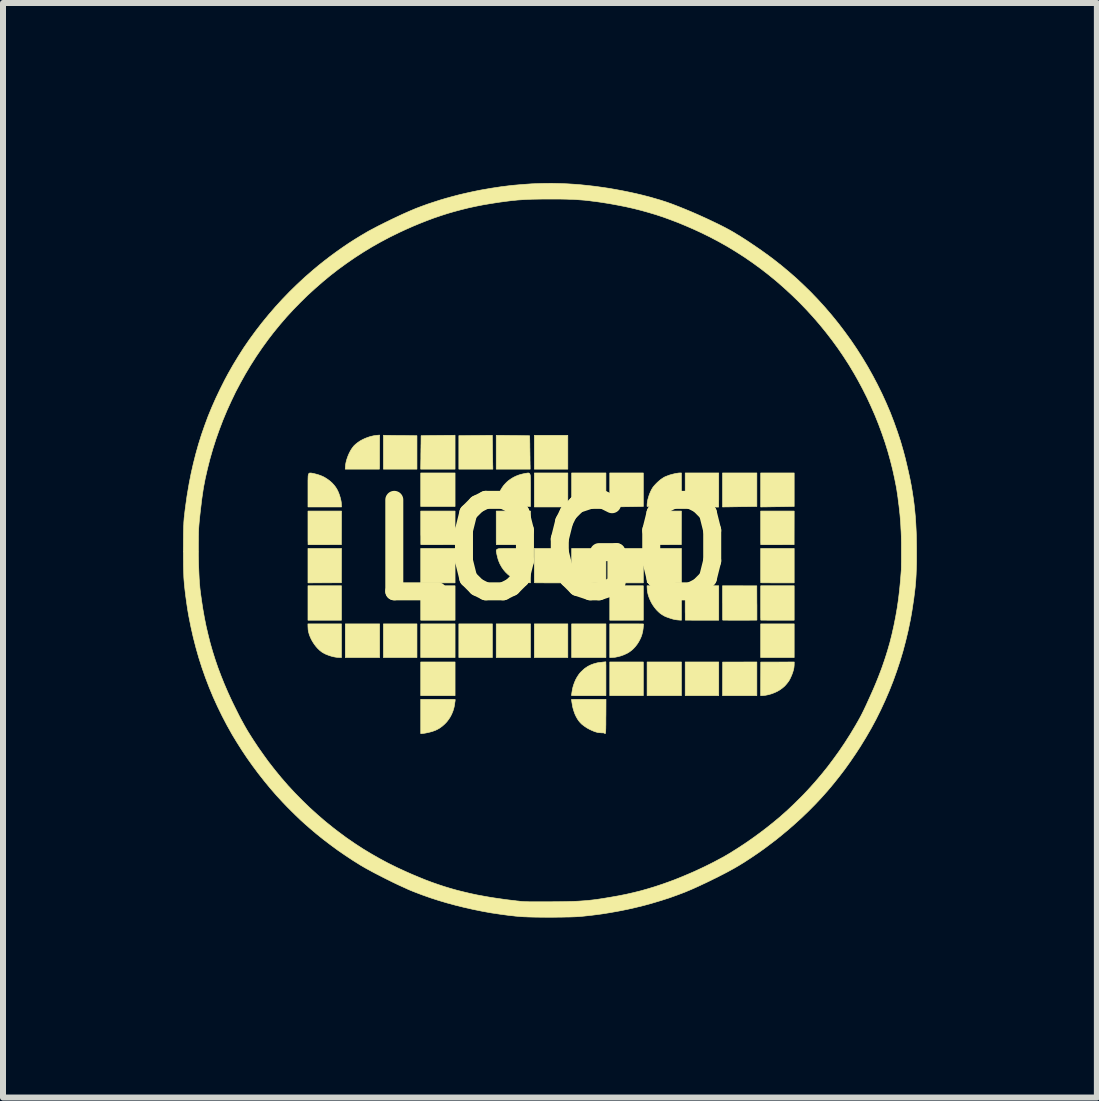
<source format=kicad_pcb>
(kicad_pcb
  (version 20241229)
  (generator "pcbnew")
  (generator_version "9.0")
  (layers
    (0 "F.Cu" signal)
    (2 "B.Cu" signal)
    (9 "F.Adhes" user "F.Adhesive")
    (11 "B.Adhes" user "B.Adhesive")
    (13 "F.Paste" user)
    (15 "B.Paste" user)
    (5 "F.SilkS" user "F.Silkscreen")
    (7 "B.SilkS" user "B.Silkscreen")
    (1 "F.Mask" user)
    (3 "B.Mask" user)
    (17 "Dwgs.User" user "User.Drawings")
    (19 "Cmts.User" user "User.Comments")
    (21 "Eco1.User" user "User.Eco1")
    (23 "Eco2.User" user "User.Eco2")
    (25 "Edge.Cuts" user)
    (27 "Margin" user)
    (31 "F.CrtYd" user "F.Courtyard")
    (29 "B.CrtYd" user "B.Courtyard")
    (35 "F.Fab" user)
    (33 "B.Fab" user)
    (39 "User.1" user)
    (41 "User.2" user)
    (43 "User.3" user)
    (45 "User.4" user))
  (footprint "LOGO"
    (layer "F.Cu")
    (at 6.133 6.114)
    (property "Reference" "LOGO" (at 0 0 0) (layer "F.SilkS") (effects (font (size 1.524 1.524) (thickness 0.3))))
    (attr through_hole)
    (fp_poly (pts (xy -3.493 1.171) (xy -4.051 1.171) (xy -4.051 0.597) (xy -3.493 0.597) (xy -3.493 1.171)) (stroke (width 0.01) (type solid)) (fill yes) (layer "F.SilkS"))
    (fp_poly (pts (xy -2.857 1.793) (xy -3.429 1.793) (xy -3.429 1.232) (xy -2.857 1.232) (xy -2.857 1.793)) (stroke (width 0.01) (type solid)) (fill yes) (layer "F.SilkS"))
    (fp_poly (pts (xy -2.235 1.793) (xy -2.794 1.793) (xy -2.794 1.232) (xy -2.235 1.232) (xy -2.235 1.793)) (stroke (width 0.01) (type solid)) (fill yes) (layer "F.SilkS"))
    (fp_poly (pts (xy -1.6 -0.724) (xy -2.172 -0.724) (xy -2.172 -1.283) (xy -1.6 -1.283) (xy -1.6 -0.724)) (stroke (width 0.01) (type solid)) (fill yes) (layer "F.SilkS"))
    (fp_poly (pts (xy -1.6 0.549) (xy -2.172 0.549) (xy -2.172 -0.025) (xy -1.6 -0.025) (xy -1.6 0.549)) (stroke (width 0.01) (type solid)) (fill yes) (layer "F.SilkS"))
    (fp_poly (pts (xy -1.6 1.171) (xy -2.172 1.171) (xy -2.172 0.597) (xy -1.6 0.597) (xy -1.6 1.171)) (stroke (width 0.01) (type solid)) (fill yes) (layer "F.SilkS"))
    (fp_poly (pts (xy -1.6 1.793) (xy -2.172 1.793) (xy -2.172 1.232) (xy -1.6 1.232) (xy -1.6 1.793)) (stroke (width 0.01) (type solid)) (fill yes) (layer "F.SilkS"))
    (fp_poly (pts (xy -1.6 2.428) (xy -2.172 2.428) (xy -2.172 1.867) (xy -1.6 1.867) (xy -1.6 2.428)) (stroke (width 0.01) (type solid)) (fill yes) (layer "F.SilkS"))
    (fp_poly (pts (xy -0.978 1.793) (xy -1.537 1.793) (xy -1.537 1.232) (xy -0.978 1.232) (xy -0.978 1.793)) (stroke (width 0.01) (type solid)) (fill yes) (layer "F.SilkS"))
    (fp_poly (pts (xy -0.343 1.793) (xy -0.914 1.793) (xy -0.914 1.232) (xy -0.343 1.232) (xy -0.343 1.793)) (stroke (width 0.01) (type solid)) (fill yes) (layer "F.SilkS"))
    (fp_poly (pts (xy 0.279 -1.346) (xy -0.279 -1.346) (xy -0.279 -1.91) (xy 0.279 -1.91) (xy 0.279 -1.346)) (stroke (width 0.01) (type solid)) (fill yes) (layer "F.SilkS"))
    (fp_poly (pts (xy 0.279 -0.716) (xy -0.279 -0.716) (xy -0.279 -1.283) (xy 0.279 -1.283) (xy 0.279 -0.716)) (stroke (width 0.01) (type solid)) (fill yes) (layer "F.SilkS"))
    (fp_poly (pts (xy 0.279 1.793) (xy -0.279 1.793) (xy -0.279 1.232) (xy 0.279 1.232) (xy 0.279 1.793)) (stroke (width 0.01) (type solid)) (fill yes) (layer "F.SilkS"))
    (fp_poly (pts (xy 0.914 1.793) (xy 0.343 1.793) (xy 0.343 1.232) (xy 0.914 1.232) (xy 0.914 1.793)) (stroke (width 0.01) (type solid)) (fill yes) (layer "F.SilkS"))
    (fp_poly (pts (xy 1.537 1.171) (xy 0.978 1.171) (xy 0.978 0.597) (xy 1.537 0.597) (xy 1.537 1.171)) (stroke (width 0.01) (type solid)) (fill yes) (layer "F.SilkS"))
    (fp_poly (pts (xy 1.537 2.428) (xy 0.978 2.428) (xy 0.978 1.867) (xy 1.537 1.867) (xy 1.537 2.428)) (stroke (width 0.01) (type solid)) (fill yes) (layer "F.SilkS"))
    (fp_poly (pts (xy 2.172 2.428) (xy 1.6 2.428) (xy 1.6 1.867) (xy 2.172 1.867) (xy 2.172 2.428)) (stroke (width 0.01) (type solid)) (fill yes) (layer "F.SilkS"))
    (fp_poly (pts (xy 2.794 2.428) (xy 2.235 2.428) (xy 2.235 1.867) (xy 2.794 1.867) (xy 2.794 2.428)) (stroke (width 0.01) (type solid)) (fill yes) (layer "F.SilkS"))
    (fp_poly (pts (xy 4.051 1.793) (xy 3.493 1.793) (xy 3.493 1.232) (xy 4.051 1.232) (xy 4.051 1.793)) (stroke (width 0.01) (type solid)) (fill yes) (layer "F.SilkS"))
    (fp_poly (pts (xy -3.493 0.261) (xy -3.494 0.547) (xy -4.051 0.549) (xy -4.051 -0.025) (xy -3.492 -0.025) (xy -3.493 0.261)) (stroke (width 0.01) (type solid)) (fill yes) (layer "F.SilkS"))
    (fp_poly (pts (xy 3.429 2.428) (xy 2.857 2.428) (xy 2.858 2.148) (xy 2.859 1.868) (xy 3.429 1.867) (xy 3.429 2.428)) (stroke (width 0.01) (type solid)) (fill yes) (layer "F.SilkS"))
    (fp_poly (pts (xy -2.652 -1.909) (xy -2.62 -1.909) (xy -2.584 -1.908) (xy -2.545 -1.908) (xy -2.506 -1.907) (xy -2.466 -1.907) (xy -2.429 -1.907) (xy -2.394 -1.906) (xy -2.373 -1.906) (xy -2.235 -1.904) (xy -2.235 -1.346) (xy -2.794 -1.346) (xy -2.794 -1.911) (xy -2.652 -1.909)) (stroke (width 0.01) (type solid)) (fill yes) (layer "F.SilkS"))
    (fp_poly (pts (xy -1.6 -1.346) (xy -2.173 -1.346) (xy -2.171 -1.489) (xy -2.17 -1.522) (xy -2.17 -1.558) (xy -2.17 -1.596) (xy -2.169 -1.635) (xy -2.169 -1.674) (xy -2.168 -1.711) (xy -2.168 -1.745) (xy -2.167 -1.768) (xy -2.166 -1.904) (xy -2.088 -1.906) (xy -2.073 -1.906) (xy -2.053 -1.906) (xy -2.029 -1.907) (xy -2.002 -1.907) (xy -1.973 -1.908) (xy -1.941 -1.908) (xy -1.908 -1.908) (xy -1.874 -1.909) (xy -1.839 -1.909) (xy -1.805 -1.909) (xy -1.6 -1.911) (xy -1.6 -1.346)) (stroke (width 0.01) (type solid)) (fill yes) (layer "F.SilkS"))
    (fp_poly (pts (xy -3.494 -0.088) (xy -3.771 -0.087) (xy -3.808 -0.087) (xy -3.844 -0.087) (xy -3.878 -0.087) (xy -3.909 -0.087) (xy -3.939 -0.087) (xy -3.965 -0.087) (xy -3.989 -0.087) (xy -4.009 -0.087) (xy -4.026 -0.087) (xy -4.038 -0.088) (xy -4.046 -0.088) (xy -4.05 -0.088) (xy -4.05 -0.088) (xy -4.05 -0.091) (xy -4.05 -0.098) (xy -4.05 -0.11) (xy -4.05 -0.126) (xy -4.051 -0.146) (xy -4.051 -0.169) (xy -4.051 -0.195) (xy -4.051 -0.225) (xy -4.051 -0.256) (xy -4.051 -0.29) (xy -4.051 -0.325) (xy -4.051 -0.362) (xy -4.051 -0.648) (xy -3.492 -0.648) (xy -3.494 -0.088)) (stroke (width 0.01) (type solid)) (fill yes) (layer "F.SilkS"))
    (fp_poly (pts (xy -1.601 -0.088) (xy -1.885 -0.087) (xy -1.922 -0.087) (xy -1.959 -0.087) (xy -1.993 -0.087) (xy -2.025 -0.087) (xy -2.055 -0.087) (xy -2.082 -0.087) (xy -2.106 -0.087) (xy -2.127 -0.087) (xy -2.144 -0.087) (xy -2.157 -0.088) (xy -2.166 -0.088) (xy -2.17 -0.088) (xy -2.17 -0.088) (xy -2.17 -0.091) (xy -2.17 -0.098) (xy -2.171 -0.11) (xy -2.171 -0.126) (xy -2.171 -0.146) (xy -2.171 -0.169) (xy -2.171 -0.195) (xy -2.171 -0.225) (xy -2.172 -0.256) (xy -2.172 -0.29) (xy -2.172 -0.325) (xy -2.172 -0.362) (xy -2.172 -0.648) (xy -1.6 -0.648) (xy -1.601 -0.088)) (stroke (width 0.01) (type solid)) (fill yes) (layer "F.SilkS"))
    (fp_poly (pts (xy -0.344 -0.088) (xy -0.628 -0.087) (xy -0.665 -0.087) (xy -0.701 -0.087) (xy -0.736 -0.087) (xy -0.768 -0.087) (xy -0.798 -0.087) (xy -0.825 -0.087) (xy -0.849 -0.087) (xy -0.87 -0.087) (xy -0.887 -0.087) (xy -0.9 -0.088) (xy -0.908 -0.088) (xy -0.912 -0.088) (xy -0.913 -0.088) (xy -0.913 -0.091) (xy -0.913 -0.098) (xy -0.913 -0.11) (xy -0.914 -0.126) (xy -0.914 -0.146) (xy -0.914 -0.169) (xy -0.914 -0.195) (xy -0.914 -0.225) (xy -0.914 -0.256) (xy -0.914 -0.29) (xy -0.914 -0.325) (xy -0.914 -0.362) (xy -0.914 -0.648) (xy -0.343 -0.648) (xy -0.344 -0.088)) (stroke (width 0.01) (type solid)) (fill yes) (layer "F.SilkS"))
    (fp_poly (pts (xy 1.537 -0.724) (xy 1.53 -0.724) (xy 1.526 -0.724) (xy 1.518 -0.724) (xy 1.505 -0.724) (xy 1.489 -0.723) (xy 1.469 -0.723) (xy 1.445 -0.723) (xy 1.418 -0.722) (xy 1.389 -0.722) (xy 1.358 -0.721) (xy 1.324 -0.721) (xy 1.289 -0.72) (xy 1.264 -0.72) (xy 1.228 -0.72) (xy 1.193 -0.719) (xy 1.159 -0.719) (xy 1.128 -0.718) (xy 1.099 -0.718) (xy 1.073 -0.717) (xy 1.049 -0.717) (xy 1.029 -0.717) (xy 1.013 -0.717) (xy 1.001 -0.716) (xy 0.994 -0.716) (xy 0.991 -0.716) (xy 0.978 -0.716) (xy 0.978 -1.283) (xy 1.537 -1.283) (xy 1.537 -0.724)) (stroke (width 0.01) (type solid)) (fill yes) (layer "F.SilkS"))
    (fp_poly (pts (xy 2.17 -0.088) (xy 1.887 -0.087) (xy 1.849 -0.087) (xy 1.813 -0.087) (xy 1.779 -0.087) (xy 1.747 -0.087) (xy 1.717 -0.087) (xy 1.69 -0.087) (xy 1.666 -0.087) (xy 1.645 -0.087) (xy 1.628 -0.087) (xy 1.615 -0.088) (xy 1.606 -0.088) (xy 1.602 -0.088) (xy 1.602 -0.088) (xy 1.602 -0.091) (xy 1.601 -0.098) (xy 1.601 -0.11) (xy 1.601 -0.126) (xy 1.601 -0.146) (xy 1.601 -0.169) (xy 1.601 -0.195) (xy 1.6 -0.225) (xy 1.6 -0.256) (xy 1.6 -0.29) (xy 1.6 -0.325) (xy 1.6 -0.362) (xy 1.6 -0.648) (xy 2.172 -0.648) (xy 2.17 -0.088)) (stroke (width 0.01) (type solid)) (fill yes) (layer "F.SilkS"))
    (fp_poly (pts (xy 3.429 -0.724) (xy 3.422 -0.724) (xy 3.419 -0.724) (xy 3.41 -0.724) (xy 3.398 -0.724) (xy 3.381 -0.723) (xy 3.361 -0.723) (xy 3.337 -0.723) (xy 3.31 -0.722) (xy 3.281 -0.722) (xy 3.249 -0.721) (xy 3.216 -0.721) (xy 3.181 -0.721) (xy 3.151 -0.72) (xy 3.114 -0.72) (xy 3.079 -0.719) (xy 3.045 -0.719) (xy 3.014 -0.718) (xy 2.984 -0.718) (xy 2.957 -0.717) (xy 2.933 -0.717) (xy 2.913 -0.717) (xy 2.896 -0.717) (xy 2.883 -0.716) (xy 2.875 -0.716) (xy 2.872 -0.716) (xy 2.857 -0.716) (xy 2.857 -1.283) (xy 3.429 -1.283) (xy 3.429 -0.724)) (stroke (width 0.01) (type solid)) (fill yes) (layer "F.SilkS"))
    (fp_poly (pts (xy 4.05 -0.088) (xy 3.773 -0.087) (xy 3.736 -0.087) (xy 3.7 -0.087) (xy 3.666 -0.087) (xy 3.634 -0.087) (xy 3.605 -0.087) (xy 3.578 -0.087) (xy 3.555 -0.087) (xy 3.535 -0.087) (xy 3.518 -0.087) (xy 3.506 -0.088) (xy 3.498 -0.088) (xy 3.494 -0.088) (xy 3.494 -0.088) (xy 3.494 -0.091) (xy 3.494 -0.098) (xy 3.494 -0.11) (xy 3.493 -0.126) (xy 3.493 -0.146) (xy 3.493 -0.169) (xy 3.493 -0.195) (xy 3.493 -0.225) (xy 3.493 -0.256) (xy 3.493 -0.29) (xy 3.493 -0.325) (xy 3.493 -0.362) (xy 3.493 -0.648) (xy 4.051 -0.648) (xy 4.05 -0.088)) (stroke (width 0.01) (type solid)) (fill yes) (layer "F.SilkS"))
    (fp_poly (pts (xy 4.051 -0.724) (xy 4.044 -0.724) (xy 4.041 -0.724) (xy 4.033 -0.724) (xy 4.02 -0.724) (xy 4.003 -0.723) (xy 3.983 -0.723) (xy 3.96 -0.723) (xy 3.933 -0.722) (xy 3.904 -0.722) (xy 3.872 -0.721) (xy 3.839 -0.721) (xy 3.804 -0.72) (xy 3.778 -0.72) (xy 3.742 -0.72) (xy 3.707 -0.719) (xy 3.674 -0.719) (xy 3.643 -0.718) (xy 3.614 -0.718) (xy 3.587 -0.717) (xy 3.564 -0.717) (xy 3.544 -0.717) (xy 3.528 -0.717) (xy 3.516 -0.716) (xy 3.508 -0.716) (xy 3.506 -0.716) (xy 3.493 -0.716) (xy 3.493 -1.283) (xy 4.051 -1.283) (xy 4.051 -0.724)) (stroke (width 0.01) (type solid)) (fill yes) (layer "F.SilkS"))
    (fp_poly (pts (xy 0.279 0.549) (xy 0.002 0.549) (xy -0.035 0.549) (xy -0.071 0.549) (xy -0.105 0.549) (xy -0.137 0.548) (xy -0.166 0.548) (xy -0.193 0.548) (xy -0.217 0.548) (xy -0.237 0.548) (xy -0.254 0.548) (xy -0.266 0.547) (xy -0.274 0.547) (xy -0.278 0.547) (xy -0.278 0.547) (xy -0.278 0.544) (xy -0.278 0.537) (xy -0.278 0.525) (xy -0.279 0.509) (xy -0.279 0.489) (xy -0.279 0.466) (xy -0.279 0.439) (xy -0.279 0.41) (xy -0.279 0.378) (xy -0.279 0.345) (xy -0.279 0.309) (xy -0.279 0.272) (xy -0.279 0.26) (xy -0.279 -0.025) (xy 0.279 -0.025) (xy 0.279 0.549)) (stroke (width 0.01) (type solid)) (fill yes) (layer "F.SilkS"))
    (fp_poly (pts (xy 0.914 0.549) (xy 0.63 0.549) (xy 0.593 0.549) (xy 0.557 0.549) (xy 0.522 0.549) (xy 0.49 0.548) (xy 0.46 0.548) (xy 0.433 0.548) (xy 0.409 0.548) (xy 0.388 0.548) (xy 0.371 0.548) (xy 0.358 0.547) (xy 0.349 0.547) (xy 0.345 0.547) (xy 0.345 0.547) (xy 0.344 0.544) (xy 0.344 0.537) (xy 0.344 0.525) (xy 0.344 0.509) (xy 0.344 0.489) (xy 0.343 0.466) (xy 0.343 0.439) (xy 0.343 0.41) (xy 0.343 0.378) (xy 0.343 0.345) (xy 0.343 0.309) (xy 0.343 0.272) (xy 0.343 0.26) (xy 0.343 -0.025) (xy 0.914 -0.025) (xy 0.914 0.549)) (stroke (width 0.01) (type solid)) (fill yes) (layer "F.SilkS"))
    (fp_poly (pts (xy 1.537 0.549) (xy 1.259 0.549) (xy 1.222 0.549) (xy 1.186 0.549) (xy 1.152 0.549) (xy 1.12 0.548) (xy 1.091 0.548) (xy 1.064 0.548) (xy 1.04 0.548) (xy 1.02 0.548) (xy 1.004 0.548) (xy 0.991 0.547) (xy 0.983 0.547) (xy 0.98 0.547) (xy 0.98 0.547) (xy 0.979 0.544) (xy 0.979 0.537) (xy 0.979 0.525) (xy 0.979 0.509) (xy 0.979 0.489) (xy 0.978 0.466) (xy 0.978 0.439) (xy 0.978 0.41) (xy 0.978 0.378) (xy 0.978 0.345) (xy 0.978 0.309) (xy 0.978 0.272) (xy 0.978 0.26) (xy 0.978 -0.025) (xy 1.537 -0.025) (xy 1.537 0.549)) (stroke (width 0.01) (type solid)) (fill yes) (layer "F.SilkS"))
    (fp_poly (pts (xy 2.172 0.549) (xy 1.888 0.549) (xy 1.85 0.549) (xy 1.814 0.549) (xy 1.78 0.549) (xy 1.747 0.548) (xy 1.717 0.548) (xy 1.69 0.548) (xy 1.666 0.548) (xy 1.645 0.548) (xy 1.628 0.548) (xy 1.615 0.547) (xy 1.606 0.547) (xy 1.602 0.547) (xy 1.602 0.547) (xy 1.602 0.544) (xy 1.601 0.537) (xy 1.601 0.525) (xy 1.601 0.509) (xy 1.601 0.489) (xy 1.601 0.466) (xy 1.601 0.439) (xy 1.6 0.41) (xy 1.6 0.378) (xy 1.6 0.345) (xy 1.6 0.309) (xy 1.6 0.272) (xy 1.6 0.26) (xy 1.6 -0.025) (xy 2.172 -0.025) (xy 2.172 0.549)) (stroke (width 0.01) (type solid)) (fill yes) (layer "F.SilkS"))
    (fp_poly (pts (xy 2.172 1.171) (xy 2.166 1.171) (xy 2.161 1.17) (xy 2.153 1.17) (xy 2.142 1.169) (xy 2.129 1.168) (xy 2.127 1.168) (xy 2.097 1.165) (xy 2.064 1.16) (xy 2.029 1.152) (xy 1.993 1.141) (xy 1.957 1.129) (xy 1.921 1.116) (xy 1.893 1.104) (xy 1.858 1.084) (xy 1.823 1.061) (xy 1.79 1.032) (xy 1.758 1) (xy 1.728 0.964) (xy 1.7 0.925) (xy 1.674 0.883) (xy 1.66 0.855) (xy 1.642 0.816) (xy 1.628 0.779) (xy 1.617 0.744) (xy 1.609 0.709) (xy 1.603 0.673) (xy 1.601 0.637) (xy 1.599 0.597) (xy 2.172 0.597) (xy 2.172 1.171)) (stroke (width 0.01) (type solid)) (fill yes) (layer "F.SilkS"))
    (fp_poly (pts (xy 2.794 1.171) (xy 2.516 1.171) (xy 2.479 1.171) (xy 2.443 1.171) (xy 2.409 1.171) (xy 2.378 1.171) (xy 2.348 1.171) (xy 2.321 1.17) (xy 2.298 1.17) (xy 2.278 1.17) (xy 2.261 1.17) (xy 2.248 1.17) (xy 2.24 1.17) (xy 2.237 1.169) (xy 2.237 1.169) (xy 2.237 1.167) (xy 2.236 1.159) (xy 2.236 1.147) (xy 2.236 1.131) (xy 2.236 1.111) (xy 2.236 1.088) (xy 2.236 1.062) (xy 2.235 1.032) (xy 2.235 1.001) (xy 2.235 0.967) (xy 2.235 0.931) (xy 2.235 0.894) (xy 2.235 0.882) (xy 2.235 0.597) (xy 2.794 0.597) (xy 2.794 1.171)) (stroke (width 0.01) (type solid)) (fill yes) (layer "F.SilkS"))
    (fp_poly (pts (xy 4.051 0.549) (xy 3.774 0.549) (xy 3.736 0.549) (xy 3.701 0.549) (xy 3.667 0.549) (xy 3.635 0.548) (xy 3.605 0.548) (xy 3.579 0.548) (xy 3.555 0.548) (xy 3.535 0.548) (xy 3.518 0.548) (xy 3.506 0.547) (xy 3.498 0.547) (xy 3.494 0.547) (xy 3.494 0.547) (xy 3.494 0.544) (xy 3.494 0.537) (xy 3.494 0.525) (xy 3.493 0.509) (xy 3.493 0.489) (xy 3.493 0.466) (xy 3.493 0.439) (xy 3.493 0.41) (xy 3.493 0.378) (xy 3.493 0.345) (xy 3.493 0.309) (xy 3.493 0.272) (xy 3.493 0.26) (xy 3.493 -0.025) (xy 4.051 -0.025) (xy 4.051 0.549)) (stroke (width 0.01) (type solid)) (fill yes) (layer "F.SilkS"))
    (fp_poly (pts (xy 4.051 1.171) (xy 3.774 1.171) (xy 3.736 1.171) (xy 3.701 1.171) (xy 3.667 1.171) (xy 3.635 1.171) (xy 3.605 1.171) (xy 3.579 1.17) (xy 3.555 1.17) (xy 3.535 1.17) (xy 3.518 1.17) (xy 3.506 1.17) (xy 3.498 1.17) (xy 3.494 1.169) (xy 3.494 1.169) (xy 3.494 1.167) (xy 3.494 1.159) (xy 3.494 1.147) (xy 3.493 1.131) (xy 3.493 1.111) (xy 3.493 1.088) (xy 3.493 1.062) (xy 3.493 1.032) (xy 3.493 1.001) (xy 3.493 0.967) (xy 3.493 0.931) (xy 3.493 0.894) (xy 3.493 0.882) (xy 3.493 0.597) (xy 4.051 0.597) (xy 4.051 1.171)) (stroke (width 0.01) (type solid)) (fill yes) (layer "F.SilkS"))
    (fp_poly (pts (xy 2.172 -0.724) (xy 1.6 -0.724) (xy 1.6 -0.749) (xy 1.602 -0.777) (xy 1.606 -0.809) (xy 1.613 -0.843) (xy 1.623 -0.878) (xy 1.634 -0.913) (xy 1.647 -0.947) (xy 1.661 -0.979) (xy 1.676 -1.009) (xy 1.692 -1.035) (xy 1.699 -1.046) (xy 1.721 -1.073) (xy 1.746 -1.1) (xy 1.773 -1.127) (xy 1.801 -1.152) (xy 1.829 -1.175) (xy 1.857 -1.194) (xy 1.872 -1.204) (xy 1.893 -1.216) (xy 1.919 -1.227) (xy 1.948 -1.238) (xy 1.978 -1.249) (xy 2.01 -1.258) (xy 2.041 -1.266) (xy 2.072 -1.273) (xy 2.102 -1.278) (xy 2.128 -1.282) (xy 2.149 -1.283) (xy 2.172 -1.283) (xy 2.172 -0.724)) (stroke (width 0.01) (type solid)) (fill yes) (layer "F.SilkS"))
    (fp_poly (pts (xy -3.493 1.793) (xy -3.508 1.793) (xy -3.518 1.793) (xy -3.53 1.792) (xy -3.544 1.791) (xy -3.555 1.791) (xy -3.587 1.787) (xy -3.621 1.781) (xy -3.657 1.772) (xy -3.693 1.761) (xy -3.728 1.748) (xy -3.762 1.734) (xy -3.792 1.718) (xy -3.819 1.702) (xy -3.824 1.698) (xy -3.857 1.672) (xy -3.889 1.641) (xy -3.919 1.607) (xy -3.947 1.57) (xy -3.973 1.53) (xy -3.996 1.489) (xy -4.015 1.447) (xy -4.031 1.405) (xy -4.034 1.393) (xy -4.039 1.375) (xy -4.043 1.359) (xy -4.046 1.345) (xy -4.048 1.33) (xy -4.049 1.314) (xy -4.05 1.295) (xy -4.051 1.282) (xy -4.052 1.232) (xy -3.493 1.232) (xy -3.493 1.793)) (stroke (width 0.01) (type solid)) (fill yes) (layer "F.SilkS"))
    (fp_poly (pts (xy 4.051 1.911) (xy 4.05 1.932) (xy 4.048 1.951) (xy 4.046 1.968) (xy 4.042 1.986) (xy 4.037 2.006) (xy 4.03 2.029) (xy 4.03 2.031) (xy 4.02 2.059) (xy 4.009 2.088) (xy 3.996 2.117) (xy 3.983 2.145) (xy 3.97 2.17) (xy 3.956 2.192) (xy 3.956 2.192) (xy 3.926 2.231) (xy 3.893 2.268) (xy 3.856 2.3) (xy 3.815 2.33) (xy 3.771 2.356) (xy 3.724 2.378) (xy 3.674 2.397) (xy 3.622 2.412) (xy 3.567 2.423) (xy 3.558 2.424) (xy 3.544 2.426) (xy 3.53 2.427) (xy 3.517 2.428) (xy 3.512 2.428) (xy 3.492 2.428) (xy 3.493 2.148) (xy 3.494 1.868) (xy 3.773 1.868) (xy 4.052 1.867) (xy 4.051 1.911)) (stroke (width 0.01) (type solid)) (fill yes) (layer "F.SilkS"))
    (fp_poly (pts (xy -2.858 -1.643) (xy -2.858 -1.607) (xy -2.858 -1.571) (xy -2.858 -1.537) (xy -2.858 -1.505) (xy -2.858 -1.475) (xy -2.858 -1.448) (xy -2.858 -1.423) (xy -2.858 -1.402) (xy -2.859 -1.385) (xy -2.859 -1.372) (xy -2.859 -1.363) (xy -2.859 -1.36) (xy -2.861 -1.346) (xy -3.43 -1.346) (xy -3.428 -1.381) (xy -3.425 -1.415) (xy -3.419 -1.451) (xy -3.41 -1.489) (xy -3.398 -1.527) (xy -3.384 -1.566) (xy -3.368 -1.603) (xy -3.35 -1.639) (xy -3.331 -1.673) (xy -3.31 -1.703) (xy -3.29 -1.729) (xy -3.283 -1.737) (xy -3.254 -1.764) (xy -3.221 -1.79) (xy -3.185 -1.815) (xy -3.145 -1.837) (xy -3.103 -1.857) (xy -3.059 -1.874) (xy -3.014 -1.889) (xy -2.986 -1.896) (xy -2.967 -1.9) (xy -2.95 -1.904) (xy -2.932 -1.906) (xy -2.913 -1.909) (xy -2.891 -1.911) (xy -2.857 -1.914) (xy -2.858 -1.643)) (stroke (width 0.01) (type solid)) (fill yes) (layer "F.SilkS"))
    (fp_poly (pts (xy 0.914 -1.012) (xy 0.914 -0.975) (xy 0.914 -0.939) (xy 0.914 -0.905) (xy 0.914 -0.873) (xy 0.914 -0.843) (xy 0.914 -0.815) (xy 0.914 -0.791) (xy 0.914 -0.77) (xy 0.913 -0.753) (xy 0.913 -0.74) (xy 0.913 -0.731) (xy 0.913 -0.727) (xy 0.911 -0.714) (xy 0.889 -0.714) (xy 0.879 -0.714) (xy 0.871 -0.714) (xy 0.867 -0.715) (xy 0.866 -0.715) (xy 0.863 -0.715) (xy 0.856 -0.715) (xy 0.844 -0.716) (xy 0.829 -0.716) (xy 0.809 -0.716) (xy 0.787 -0.717) (xy 0.762 -0.717) (xy 0.734 -0.718) (xy 0.704 -0.718) (xy 0.672 -0.718) (xy 0.65 -0.719) (xy 0.616 -0.719) (xy 0.583 -0.72) (xy 0.551 -0.72) (xy 0.52 -0.721) (xy 0.491 -0.721) (xy 0.464 -0.721) (xy 0.441 -0.722) (xy 0.421 -0.722) (xy 0.405 -0.723) (xy 0.393 -0.723) (xy 0.389 -0.723) (xy 0.343 -0.724) (xy 0.343 -1.283) (xy 0.914 -1.283) (xy 0.914 -1.012)) (stroke (width 0.01) (type solid)) (fill yes) (layer "F.SilkS"))
    (fp_poly (pts (xy 1.296 1.232) (xy 1.332 1.232) (xy 1.366 1.232) (xy 1.398 1.232) (xy 1.427 1.232) (xy 1.454 1.232) (xy 1.478 1.233) (xy 1.499 1.233) (xy 1.515 1.233) (xy 1.528 1.233) (xy 1.536 1.234) (xy 1.54 1.234) (xy 1.54 1.234) (xy 1.54 1.237) (xy 1.54 1.245) (xy 1.539 1.256) (xy 1.538 1.269) (xy 1.536 1.284) (xy 1.535 1.301) (xy 1.533 1.317) (xy 1.531 1.332) (xy 1.529 1.345) (xy 1.527 1.357) (xy 1.526 1.361) (xy 1.515 1.406) (xy 1.5 1.45) (xy 1.481 1.492) (xy 1.459 1.533) (xy 1.433 1.573) (xy 1.405 1.609) (xy 1.374 1.643) (xy 1.341 1.673) (xy 1.306 1.699) (xy 1.27 1.721) (xy 1.264 1.724) (xy 1.214 1.747) (xy 1.165 1.765) (xy 1.116 1.778) (xy 1.068 1.788) (xy 1.022 1.792) (xy 1.018 1.792) (xy 0.978 1.794) (xy 0.978 1.232) (xy 1.258 1.232) (xy 1.296 1.232)) (stroke (width 0.01) (type solid)) (fill yes) (layer "F.SilkS"))
    (fp_poly (pts (xy 2.794 -1.008) (xy 2.794 -0.971) (xy 2.794 -0.935) (xy 2.794 -0.901) (xy 2.794 -0.868) (xy 2.794 -0.839) (xy 2.793 -0.811) (xy 2.793 -0.787) (xy 2.793 -0.766) (xy 2.793 -0.749) (xy 2.793 -0.736) (xy 2.793 -0.727) (xy 2.792 -0.723) (xy 2.792 -0.723) (xy 2.791 -0.714) (xy 2.769 -0.714) (xy 2.759 -0.714) (xy 2.751 -0.714) (xy 2.746 -0.715) (xy 2.746 -0.715) (xy 2.743 -0.715) (xy 2.736 -0.715) (xy 2.724 -0.716) (xy 2.708 -0.716) (xy 2.689 -0.716) (xy 2.667 -0.717) (xy 2.642 -0.717) (xy 2.614 -0.718) (xy 2.584 -0.718) (xy 2.553 -0.718) (xy 2.536 -0.719) (xy 2.503 -0.719) (xy 2.47 -0.72) (xy 2.438 -0.72) (xy 2.407 -0.721) (xy 2.379 -0.721) (xy 2.353 -0.721) (xy 2.33 -0.722) (xy 2.31 -0.722) (xy 2.295 -0.723) (xy 2.284 -0.723) (xy 2.282 -0.723) (xy 2.235 -0.724) (xy 2.235 -1.283) (xy 2.794 -1.283) (xy 2.794 -1.008)) (stroke (width 0.01) (type solid)) (fill yes) (layer "F.SilkS"))
    (fp_poly (pts (xy -3.996 -1.281) (xy -3.979 -1.278) (xy -3.958 -1.274) (xy -3.954 -1.273) (xy -3.914 -1.263) (xy -3.879 -1.253) (xy -3.847 -1.242) (xy -3.817 -1.23) (xy -3.787 -1.216) (xy -3.766 -1.204) (xy -3.725 -1.178) (xy -3.686 -1.149) (xy -3.649 -1.116) (xy -3.617 -1.081) (xy -3.593 -1.05) (xy -3.574 -1.021) (xy -3.556 -0.988) (xy -3.54 -0.952) (xy -3.526 -0.914) (xy -3.514 -0.875) (xy -3.504 -0.836) (xy -3.497 -0.798) (xy -3.494 -0.762) (xy -3.493 -0.755) (xy -3.492 -0.716) (xy -4.051 -0.716) (xy -4.051 -0.963) (xy -4.051 -1.007) (xy -4.051 -1.047) (xy -4.051 -1.081) (xy -4.051 -1.112) (xy -4.051 -1.138) (xy -4.051 -1.162) (xy -4.05 -1.181) (xy -4.05 -1.198) (xy -4.049 -1.212) (xy -4.049 -1.224) (xy -4.048 -1.234) (xy -4.047 -1.242) (xy -4.046 -1.248) (xy -4.045 -1.254) (xy -4.043 -1.258) (xy -4.042 -1.262) (xy -4.041 -1.264) (xy -4.038 -1.271) (xy -4.033 -1.276) (xy -4.027 -1.28) (xy -4.02 -1.282) (xy -4.009 -1.282) (xy -3.996 -1.281)) (stroke (width 0.01) (type solid)) (fill yes) (layer "F.SilkS"))
    (fp_poly (pts (xy -0.863 -1.91) (xy -0.846 -1.91) (xy -0.825 -1.91) (xy -0.802 -1.91) (xy -0.776 -1.909) (xy -0.748 -1.909) (xy -0.718 -1.909) (xy -0.688 -1.908) (xy -0.656 -1.908) (xy -0.624 -1.908) (xy -0.592 -1.907) (xy -0.561 -1.907) (xy -0.53 -1.906) (xy -0.501 -1.906) (xy -0.473 -1.905) (xy -0.447 -1.905) (xy -0.424 -1.904) (xy -0.403 -1.904) (xy -0.386 -1.904) (xy -0.373 -1.903) (xy -0.363 -1.903) (xy -0.358 -1.903) (xy -0.358 -1.903) (xy -0.357 -1.9) (xy -0.357 -1.893) (xy -0.357 -1.881) (xy -0.356 -1.865) (xy -0.356 -1.846) (xy -0.355 -1.823) (xy -0.355 -1.798) (xy -0.354 -1.77) (xy -0.354 -1.74) (xy -0.354 -1.708) (xy -0.353 -1.684) (xy -0.353 -1.65) (xy -0.352 -1.615) (xy -0.352 -1.582) (xy -0.351 -1.549) (xy -0.351 -1.519) (xy -0.351 -1.491) (xy -0.35 -1.465) (xy -0.35 -1.443) (xy -0.35 -1.425) (xy -0.349 -1.411) (xy -0.349 -1.407) (xy -0.348 -1.346) (xy -0.914 -1.346) (xy -0.914 -1.91) (xy -0.877 -1.91) (xy -0.863 -1.91)) (stroke (width 0.01) (type solid)) (fill yes) (layer "F.SilkS"))
    (fp_poly (pts (xy -0.984 -1.91) (xy -0.98 -1.91) (xy -0.979 -1.91) (xy -0.979 -1.907) (xy -0.979 -1.9) (xy -0.979 -1.888) (xy -0.978 -1.873) (xy -0.978 -1.853) (xy -0.978 -1.831) (xy -0.977 -1.805) (xy -0.977 -1.777) (xy -0.976 -1.747) (xy -0.976 -1.715) (xy -0.976 -1.687) (xy -0.975 -1.652) (xy -0.975 -1.617) (xy -0.974 -1.583) (xy -0.974 -1.551) (xy -0.973 -1.52) (xy -0.973 -1.492) (xy -0.973 -1.466) (xy -0.972 -1.444) (xy -0.972 -1.425) (xy -0.972 -1.411) (xy -0.971 -1.405) (xy -0.97 -1.346) (xy -1.537 -1.346) (xy -1.537 -1.905) (xy -1.503 -1.905) (xy -1.496 -1.905) (xy -1.484 -1.905) (xy -1.467 -1.905) (xy -1.447 -1.905) (xy -1.423 -1.906) (xy -1.397 -1.906) (xy -1.368 -1.906) (xy -1.336 -1.907) (xy -1.303 -1.907) (xy -1.268 -1.907) (xy -1.233 -1.908) (xy -1.225 -1.908) (xy -1.19 -1.908) (xy -1.157 -1.909) (xy -1.125 -1.909) (xy -1.096 -1.909) (xy -1.069 -1.91) (xy -1.045 -1.91) (xy -1.024 -1.91) (xy -1.007 -1.91) (xy -0.994 -1.91) (xy -0.984 -1.91)) (stroke (width 0.01) (type solid)) (fill yes) (layer "F.SilkS"))
    (fp_poly (pts (xy -1.84 2.489) (xy -1.801 2.489) (xy -1.766 2.489) (xy -1.735 2.489) (xy -1.708 2.489) (xy -1.685 2.489) (xy -1.666 2.49) (xy -1.649 2.49) (xy -1.636 2.49) (xy -1.625 2.49) (xy -1.616 2.49) (xy -1.61 2.491) (xy -1.605 2.491) (xy -1.601 2.492) (xy -1.599 2.492) (xy -1.598 2.493) (xy -1.598 2.493) (xy -1.598 2.494) (xy -1.598 2.502) (xy -1.599 2.513) (xy -1.601 2.528) (xy -1.604 2.545) (xy -1.606 2.563) (xy -1.609 2.581) (xy -1.612 2.599) (xy -1.615 2.614) (xy -1.618 2.627) (xy -1.619 2.631) (xy -1.634 2.682) (xy -1.654 2.731) (xy -1.677 2.777) (xy -1.705 2.821) (xy -1.736 2.862) (xy -1.771 2.899) (xy -1.809 2.933) (xy -1.85 2.964) (xy -1.873 2.978) (xy -1.9 2.993) (xy -1.928 3.006) (xy -1.958 3.017) (xy -1.99 3.028) (xy -2.018 3.035) (xy -2.042 3.041) (xy -2.066 3.046) (xy -2.09 3.051) (xy -2.113 3.055) (xy -2.133 3.058) (xy -2.151 3.06) (xy -2.164 3.061) (xy -2.165 3.061) (xy -2.172 3.061) (xy -2.172 2.489) (xy -1.885 2.489) (xy -1.84 2.489)) (stroke (width 0.01) (type solid)) (fill yes) (layer "F.SilkS"))
    (fp_poly (pts (xy 3.428 0.598) (xy 3.429 0.883) (xy 3.43 0.92) (xy 3.43 0.956) (xy 3.43 0.991) (xy 3.43 1.023) (xy 3.43 1.053) (xy 3.43 1.08) (xy 3.43 1.105) (xy 3.43 1.126) (xy 3.43 1.143) (xy 3.43 1.156) (xy 3.43 1.165) (xy 3.43 1.169) (xy 3.43 1.169) (xy 3.427 1.169) (xy 3.42 1.17) (xy 3.408 1.17) (xy 3.393 1.17) (xy 3.374 1.17) (xy 3.352 1.17) (xy 3.327 1.17) (xy 3.299 1.171) (xy 3.27 1.171) (xy 3.24 1.171) (xy 3.208 1.171) (xy 3.175 1.171) (xy 3.142 1.171) (xy 3.109 1.171) (xy 3.077 1.171) (xy 3.045 1.171) (xy 3.015 1.171) (xy 2.986 1.171) (xy 2.959 1.171) (xy 2.934 1.17) (xy 2.913 1.17) (xy 2.894 1.17) (xy 2.879 1.17) (xy 2.868 1.17) (xy 2.861 1.169) (xy 2.859 1.169) (xy 2.859 1.167) (xy 2.859 1.159) (xy 2.859 1.147) (xy 2.858 1.131) (xy 2.858 1.111) (xy 2.858 1.088) (xy 2.858 1.062) (xy 2.858 1.032) (xy 2.858 1.001) (xy 2.858 0.967) (xy 2.858 0.931) (xy 2.858 0.894) (xy 2.857 0.882) (xy 2.857 0.597) (xy 3.428 0.598)) (stroke (width 0.01) (type solid)) (fill yes) (layer "F.SilkS"))
    (fp_poly (pts (xy 0.914 2.746) (xy 0.913 2.796) (xy 0.913 2.84) (xy 0.913 2.879) (xy 0.913 2.914) (xy 0.912 2.944) (xy 0.912 2.969) (xy 0.911 2.99) (xy 0.911 3.007) (xy 0.91 3.019) (xy 0.91 3.027) (xy 0.91 3.029) (xy 0.907 3.044) (xy 0.905 3.055) (xy 0.902 3.061) (xy 0.899 3.063) (xy 0.896 3.061) (xy 0.894 3.06) (xy 0.892 3.055) (xy 0.892 3.053) (xy 0.891 3.051) (xy 0.888 3.05) (xy 0.883 3.05) (xy 0.873 3.049) (xy 0.86 3.048) (xy 0.846 3.048) (xy 0.819 3.046) (xy 0.796 3.044) (xy 0.774 3.041) (xy 0.753 3.035) (xy 0.73 3.028) (xy 0.706 3.019) (xy 0.699 3.016) (xy 0.647 2.993) (xy 0.598 2.966) (xy 0.552 2.935) (xy 0.512 2.904) (xy 0.486 2.878) (xy 0.461 2.848) (xy 0.438 2.814) (xy 0.417 2.776) (xy 0.398 2.736) (xy 0.382 2.692) (xy 0.368 2.647) (xy 0.358 2.607) (xy 0.357 2.598) (xy 0.355 2.586) (xy 0.352 2.572) (xy 0.35 2.557) (xy 0.347 2.541) (xy 0.345 2.526) (xy 0.343 2.513) (xy 0.341 2.502) (xy 0.341 2.494) (xy 0.34 2.492) (xy 0.343 2.491) (xy 0.35 2.491) (xy 0.362 2.491) (xy 0.378 2.49) (xy 0.399 2.49) (xy 0.423 2.49) (xy 0.451 2.49) (xy 0.483 2.489) (xy 0.517 2.489) (xy 0.555 2.489) (xy 0.595 2.489) (xy 0.628 2.489) (xy 0.915 2.489) (xy 0.914 2.746)) (stroke (width 0.01) (type solid)) (fill yes) (layer "F.SilkS"))
    (fp_poly (pts (xy 0.913 1.867) (xy 0.913 1.874) (xy 0.913 1.886) (xy 0.913 1.902) (xy 0.914 1.921) (xy 0.914 1.944) (xy 0.914 1.97) (xy 0.914 1.999) (xy 0.914 2.031) (xy 0.914 2.065) (xy 0.914 2.1) (xy 0.914 2.137) (xy 0.914 2.146) (xy 0.914 2.428) (xy 0.627 2.428) (xy 0.583 2.428) (xy 0.543 2.428) (xy 0.508 2.428) (xy 0.477 2.428) (xy 0.45 2.428) (xy 0.426 2.428) (xy 0.407 2.428) (xy 0.39 2.428) (xy 0.376 2.427) (xy 0.365 2.427) (xy 0.357 2.427) (xy 0.35 2.427) (xy 0.346 2.426) (xy 0.343 2.426) (xy 0.341 2.425) (xy 0.34 2.425) (xy 0.34 2.424) (xy 0.341 2.419) (xy 0.342 2.41) (xy 0.344 2.398) (xy 0.346 2.384) (xy 0.348 2.368) (xy 0.351 2.353) (xy 0.353 2.338) (xy 0.356 2.325) (xy 0.358 2.314) (xy 0.358 2.31) (xy 0.372 2.259) (xy 0.389 2.211) (xy 0.409 2.164) (xy 0.433 2.12) (xy 0.459 2.08) (xy 0.474 2.06) (xy 0.485 2.047) (xy 0.499 2.032) (xy 0.515 2.017) (xy 0.531 2.002) (xy 0.547 1.987) (xy 0.561 1.975) (xy 0.571 1.968) (xy 0.613 1.94) (xy 0.659 1.917) (xy 0.706 1.899) (xy 0.756 1.885) (xy 0.773 1.881) (xy 0.782 1.879) (xy 0.795 1.877) (xy 0.81 1.875) (xy 0.828 1.873) (xy 0.846 1.871) (xy 0.863 1.869) (xy 0.88 1.867) (xy 0.894 1.866) (xy 0.906 1.865) (xy 0.912 1.864) (xy 0.913 1.867)) (stroke (width 0.01) (type solid)) (fill yes) (layer "F.SilkS"))
    (fp_poly (pts (xy -0.343 0.261) (xy -0.343 0.299) (xy -0.343 0.335) (xy -0.343 0.37) (xy -0.343 0.402) (xy -0.343 0.432) (xy -0.343 0.46) (xy -0.344 0.484) (xy -0.344 0.505) (xy -0.344 0.522) (xy -0.344 0.535) (xy -0.344 0.544) (xy -0.345 0.548) (xy -0.345 0.548) (xy -0.348 0.548) (xy -0.355 0.547) (xy -0.365 0.547) (xy -0.371 0.546) (xy -0.387 0.544) (xy -0.407 0.542) (xy -0.429 0.538) (xy -0.451 0.534) (xy -0.474 0.529) (xy -0.495 0.524) (xy -0.5 0.523) (xy -0.549 0.508) (xy -0.596 0.488) (xy -0.641 0.464) (xy -0.684 0.436) (xy -0.723 0.404) (xy -0.76 0.368) (xy -0.793 0.329) (xy -0.822 0.287) (xy -0.848 0.241) (xy -0.851 0.235) (xy -0.86 0.215) (xy -0.868 0.196) (xy -0.875 0.178) (xy -0.882 0.159) (xy -0.888 0.137) (xy -0.894 0.113) (xy -0.899 0.093) (xy -0.904 0.071) (xy -0.907 0.055) (xy -0.91 0.041) (xy -0.912 0.031) (xy -0.913 0.024) (xy -0.914 0.018) (xy -0.913 0.013) (xy -0.913 0.009) (xy -0.912 0.005) (xy -0.908 -0.003) (xy -0.902 -0.01) (xy -0.891 -0.015) (xy -0.879 -0.019) (xy -0.876 -0.02) (xy -0.872 -0.021) (xy -0.867 -0.021) (xy -0.862 -0.022) (xy -0.854 -0.022) (xy -0.845 -0.023) (xy -0.834 -0.023) (xy -0.82 -0.023) (xy -0.804 -0.024) (xy -0.784 -0.024) (xy -0.762 -0.024) (xy -0.735 -0.024) (xy -0.705 -0.024) (xy -0.67 -0.024) (xy -0.631 -0.025) (xy -0.603 -0.025) (xy -0.343 -0.026) (xy -0.343 0.261)) (stroke (width 0.01) (type solid)) (fill yes) (layer "F.SilkS"))
    (fp_poly (pts (xy -0.372 -1.281) (xy -0.362 -1.277) (xy -0.355 -1.268) (xy -0.35 -1.256) (xy -0.346 -1.239) (xy -0.346 -1.234) (xy -0.345 -1.227) (xy -0.345 -1.215) (xy -0.344 -1.199) (xy -0.344 -1.177) (xy -0.344 -1.151) (xy -0.343 -1.12) (xy -0.343 -1.084) (xy -0.343 -1.043) (xy -0.343 -0.997) (xy -0.343 -0.969) (xy -0.343 -0.724) (xy -0.349 -0.724) (xy -0.352 -0.724) (xy -0.36 -0.724) (xy -0.372 -0.724) (xy -0.389 -0.723) (xy -0.409 -0.723) (xy -0.433 -0.723) (xy -0.459 -0.722) (xy -0.488 -0.722) (xy -0.52 -0.721) (xy -0.554 -0.721) (xy -0.589 -0.721) (xy -0.621 -0.72) (xy -0.666 -0.719) (xy -0.706 -0.719) (xy -0.742 -0.718) (xy -0.773 -0.718) (xy -0.801 -0.718) (xy -0.824 -0.717) (xy -0.845 -0.717) (xy -0.862 -0.717) (xy -0.876 -0.717) (xy -0.887 -0.717) (xy -0.896 -0.716) (xy -0.903 -0.716) (xy -0.909 -0.716) (xy -0.912 -0.716) (xy -0.915 -0.717) (xy -0.916 -0.717) (xy -0.917 -0.717) (xy -0.917 -0.717) (xy -0.917 -0.717) (xy -0.917 -0.722) (xy -0.915 -0.732) (xy -0.914 -0.745) (xy -0.912 -0.759) (xy -0.909 -0.776) (xy -0.907 -0.792) (xy -0.904 -0.808) (xy -0.902 -0.823) (xy -0.9 -0.835) (xy -0.898 -0.844) (xy -0.898 -0.846) (xy -0.884 -0.895) (xy -0.866 -0.943) (xy -0.845 -0.99) (xy -0.819 -1.033) (xy -0.797 -1.065) (xy -0.785 -1.08) (xy -0.77 -1.097) (xy -0.754 -1.114) (xy -0.737 -1.131) (xy -0.721 -1.145) (xy -0.711 -1.154) (xy -0.672 -1.182) (xy -0.63 -1.208) (xy -0.585 -1.23) (xy -0.539 -1.248) (xy -0.499 -1.26) (xy -0.486 -1.263) (xy -0.471 -1.267) (xy -0.455 -1.27) (xy -0.438 -1.274) (xy -0.422 -1.277) (xy -0.407 -1.279) (xy -0.395 -1.281) (xy -0.386 -1.282) (xy -0.383 -1.283) (xy -0.372 -1.281)) (stroke (width 0.01) (type solid)) (fill yes) (layer "F.SilkS"))
    (fp_poly (pts (xy 0.172 -6.105) (xy 0.269 -6.101) (xy 0.381 -6.094) (xy 0.495 -6.085) (xy 0.61 -6.073) (xy 0.725 -6.06) (xy 0.841 -6.044) (xy 0.957 -6.027) (xy 1.072 -6.007) (xy 1.186 -5.986) (xy 1.299 -5.963) (xy 1.41 -5.939) (xy 1.519 -5.913) (xy 1.625 -5.886) (xy 1.727 -5.857) (xy 1.826 -5.828) (xy 1.922 -5.797) (xy 2.012 -5.765) (xy 2.025 -5.76) (xy 2.09 -5.735) (xy 2.156 -5.709) (xy 2.225 -5.681) (xy 2.295 -5.652) (xy 2.366 -5.622) (xy 2.437 -5.591) (xy 2.508 -5.559) (xy 2.579 -5.527) (xy 2.647 -5.495) (xy 2.714 -5.463) (xy 2.779 -5.432) (xy 2.841 -5.401) (xy 2.898 -5.372) (xy 2.952 -5.343) (xy 2.967 -5.335) (xy 3.006 -5.313) (xy 3.048 -5.289) (xy 3.093 -5.261) (xy 3.142 -5.232) (xy 3.192 -5.2) (xy 3.244 -5.167) (xy 3.297 -5.132) (xy 3.35 -5.096) (xy 3.405 -5.059) (xy 3.459 -5.022) (xy 3.512 -4.985) (xy 3.565 -4.947) (xy 3.616 -4.91) (xy 3.665 -4.874) (xy 3.71 -4.84) (xy 3.838 -4.739) (xy 3.964 -4.634) (xy 4.089 -4.525) (xy 4.21 -4.411) (xy 4.329 -4.295) (xy 4.444 -4.175) (xy 4.556 -4.052) (xy 4.566 -4.041) (xy 4.679 -3.909) (xy 4.789 -3.773) (xy 4.894 -3.635) (xy 4.996 -3.494) (xy 5.093 -3.351) (xy 5.186 -3.205) (xy 5.275 -3.057) (xy 5.359 -2.907) (xy 5.439 -2.755) (xy 5.515 -2.601) (xy 5.586 -2.445) (xy 5.653 -2.288) (xy 5.714 -2.129) (xy 5.771 -1.969) (xy 5.824 -1.808) (xy 5.871 -1.645) (xy 5.902 -1.528) (xy 5.93 -1.41) (xy 5.956 -1.297) (xy 5.98 -1.186) (xy 6.001 -1.078) (xy 6.019 -0.972) (xy 6.035 -0.867) (xy 6.049 -0.763) (xy 6.06 -0.659) (xy 6.07 -0.554) (xy 6.077 -0.449) (xy 6.079 -0.411) (xy 6.082 -0.353) (xy 6.085 -0.291) (xy 6.087 -0.228) (xy 6.088 -0.162) (xy 6.089 -0.096) (xy 6.09 -0.028) (xy 6.09 0.039) (xy 6.09 0.106) (xy 6.09 0.172) (xy 6.089 0.236) (xy 6.087 0.298) (xy 6.085 0.357) (xy 6.083 0.412) (xy 6.08 0.464) (xy 6.077 0.512) (xy 6.077 0.514) (xy 6.072 0.568) (xy 6.067 0.625) (xy 6.06 0.686) (xy 6.052 0.749) (xy 6.044 0.814) (xy 6.034 0.88) (xy 6.024 0.947) (xy 6.014 1.013) (xy 6.003 1.077) (xy 5.992 1.14) (xy 5.986 1.172) (xy 5.95 1.345) (xy 5.909 1.517) (xy 5.864 1.687) (xy 5.814 1.854) (xy 5.759 2.02) (xy 5.7 2.184) (xy 5.636 2.346) (xy 5.567 2.506) (xy 5.494 2.664) (xy 5.416 2.821) (xy 5.333 2.975) (xy 5.245 3.127) (xy 5.153 3.277) (xy 5.074 3.398) (xy 4.984 3.53) (xy 4.893 3.657) (xy 4.799 3.78) (xy 4.703 3.9) (xy 4.605 4.017) (xy 4.504 4.13) (xy 4.399 4.242) (xy 4.29 4.352) (xy 4.177 4.461) (xy 4.059 4.568) (xy 4.049 4.577) (xy 3.952 4.662) (xy 3.852 4.745) (xy 3.751 4.827) (xy 3.647 4.906) (xy 3.543 4.984) (xy 3.438 5.058) (xy 3.333 5.129) (xy 3.229 5.197) (xy 3.127 5.26) (xy 3.106 5.272) (xy 3.067 5.295) (xy 3.024 5.319) (xy 2.977 5.345) (xy 2.927 5.372) (xy 2.875 5.399) (xy 2.82 5.427) (xy 2.764 5.456) (xy 2.706 5.484) (xy 2.648 5.513) (xy 2.59 5.541) (xy 2.532 5.568) (xy 2.475 5.595) (xy 2.42 5.62) (xy 2.367 5.644) (xy 2.316 5.666) (xy 2.268 5.686) (xy 2.228 5.703) (xy 2.101 5.751) (xy 1.97 5.798) (xy 1.836 5.841) (xy 1.699 5.882) (xy 1.559 5.921) (xy 1.417 5.956) (xy 1.273 5.989) (xy 1.128 6.018) (xy 0.982 6.044) (xy 0.837 6.067) (xy 0.691 6.086) (xy 0.547 6.102) (xy 0.516 6.105) (xy 0.493 6.107) (xy 0.47 6.109) (xy 0.448 6.11) (xy 0.426 6.112) (xy 0.403 6.113) (xy 0.379 6.114) (xy 0.353 6.115) (xy 0.324 6.116) (xy 0.293 6.117) (xy 0.258 6.117) (xy 0.219 6.118) (xy 0.176 6.119) (xy 0.167 6.119) (xy 0.127 6.119) (xy 0.09 6.12) (xy 0.057 6.12) (xy 0.027 6.121) (xy -0.002 6.121) (xy -0.031 6.121) (xy -0.059 6.121) (xy -0.088 6.121) (xy -0.118 6.12) (xy -0.151 6.12) (xy -0.187 6.12) (xy -0.227 6.119) (xy -0.255 6.119) (xy -0.302 6.118) (xy -0.344 6.117) (xy -0.383 6.116) (xy -0.42 6.114) (xy -0.455 6.113) (xy -0.489 6.111) (xy -0.523 6.108) (xy -0.558 6.105) (xy -0.594 6.102) (xy -0.633 6.097) (xy -0.676 6.093) (xy -0.702 6.09) (xy -0.85 6.07) (xy -0.998 6.048) (xy -1.147 6.021) (xy -1.295 5.991) (xy -1.442 5.958) (xy -1.588 5.922) (xy -1.732 5.883) (xy -1.874 5.841) (xy -2.013 5.796) (xy -2.149 5.748) (xy -2.28 5.698) (xy -2.295 5.692) (xy -2.335 5.676) (xy -2.38 5.657) (xy -2.427 5.635) (xy -2.478 5.612) (xy -2.531 5.588) (xy -2.586 5.562) (xy -2.642 5.535) (xy -2.698 5.507) (xy -2.755 5.479) (xy -2.812 5.45) (xy -2.868 5.421) (xy -2.923 5.393) (xy -2.976 5.365) (xy -3.027 5.337) (xy -3.075 5.311) (xy -3.119 5.286) (xy -3.16 5.262) (xy -3.179 5.251) (xy -3.302 5.174) (xy -3.426 5.092) (xy -3.55 5.007) (xy -3.671 4.918) (xy -3.791 4.827) (xy -3.908 4.733) (xy -4.02 4.638) (xy -4.102 4.566) (xy -4.176 4.499) (xy -4.25 4.428) (xy -4.324 4.355) (xy -4.398 4.281) (xy -4.469 4.207) (xy -4.537 4.133) (xy -4.576 4.091) (xy -4.68 3.971) (xy -4.782 3.847) (xy -4.881 3.721) (xy -4.977 3.592) (xy -5.069 3.462) (xy -5.157 3.33) (xy -5.241 3.197) (xy -5.316 3.073) (xy -5.401 2.921) (xy -5.482 2.766) (xy -5.558 2.61) (xy -5.63 2.452) (xy -5.697 2.291) (xy -5.759 2.129) (xy -5.817 1.964) (xy -5.87 1.798) (xy -5.918 1.629) (xy -5.962 1.458) (xy -6.001 1.285) (xy -6.036 1.11) (xy -6.054 1.007) (xy -6.061 0.962) (xy -6.068 0.915) (xy -6.075 0.866) (xy -6.082 0.815) (xy -6.089 0.764) (xy -6.095 0.714) (xy -6.101 0.664) (xy -6.106 0.617) (xy -6.111 0.573) (xy -6.114 0.532) (xy -6.116 0.511) (xy -6.118 0.483) (xy -6.12 0.452) (xy -6.121 0.416) (xy -6.122 0.378) (xy -6.124 0.336) (xy -6.125 0.291) (xy -6.126 0.244) (xy -6.126 0.195) (xy -6.127 0.145) (xy -6.127 0.094) (xy -6.127 0.042) (xy -6.128 -0.005) (xy -5.877 -0.005) (xy -5.877 0.032) (xy -5.877 0.067) (xy -5.877 0.101) (xy -5.876 0.132) (xy -5.876 0.16) (xy -5.875 0.18) (xy -5.874 0.239) (xy -5.872 0.294) (xy -5.87 0.344) (xy -5.868 0.391) (xy -5.866 0.435) (xy -5.864 0.477) (xy -5.861 0.517) (xy -5.859 0.555) (xy -5.855 0.593) (xy -5.852 0.63) (xy -5.848 0.667) (xy -5.843 0.706) (xy -5.838 0.745) (xy -5.832 0.787) (xy -5.826 0.831) (xy -5.825 0.838) (xy -5.802 0.988) (xy -5.776 1.135) (xy -5.747 1.278) (xy -5.714 1.418) (xy -5.679 1.557) (xy -5.64 1.693) (xy -5.597 1.829) (xy -5.551 1.963) (xy -5.5 2.098) (xy -5.446 2.233) (xy -5.387 2.37) (xy -5.335 2.484) (xy -5.302 2.553) (xy -5.269 2.62) (xy -5.236 2.686) (xy -5.204 2.75) (xy -5.172 2.812) (xy -5.14 2.87) (xy -5.11 2.925) (xy -5.082 2.974) (xy -5.055 3.02) (xy -5.025 3.068) (xy -4.993 3.119) (xy -4.959 3.172) (xy -4.923 3.226) (xy -4.887 3.281) (xy -4.849 3.335) (xy -4.811 3.389) (xy -4.774 3.441) (xy -4.737 3.492) (xy -4.711 3.528) (xy -4.605 3.664) (xy -4.496 3.797) (xy -4.383 3.927) (xy -4.266 4.053) (xy -4.145 4.176) (xy -4.021 4.296) (xy -3.893 4.412) (xy -3.763 4.524) (xy -3.629 4.632) (xy -3.547 4.695) (xy -3.414 4.794) (xy -3.279 4.887) (xy -3.143 4.976) (xy -3.004 5.06) (xy -2.864 5.14) (xy -2.721 5.217) (xy -2.575 5.289) (xy -2.539 5.306) (xy -2.424 5.359) (xy -2.313 5.408) (xy -2.203 5.454) (xy -2.095 5.498) (xy -1.989 5.538) (xy -1.883 5.575) (xy -1.777 5.61) (xy -1.671 5.642) (xy -1.564 5.672) (xy -1.455 5.699) (xy -1.345 5.725) (xy -1.233 5.749) (xy -1.118 5.77) (xy -0.999 5.791) (xy -0.877 5.809) (xy -0.751 5.827) (xy -0.71 5.832) (xy -0.669 5.837) (xy -0.632 5.841) (xy -0.6 5.845) (xy -0.571 5.849) (xy -0.546 5.851) (xy -0.523 5.854) (xy -0.502 5.856) (xy -0.483 5.858) (xy -0.466 5.859) (xy -0.449 5.86) (xy -0.433 5.861) (xy -0.417 5.861) (xy -0.4 5.862) (xy -0.382 5.862) (xy -0.363 5.863) (xy -0.338 5.863) (xy -0.31 5.863) (xy -0.278 5.863) (xy -0.243 5.863) (xy -0.206 5.863) (xy -0.166 5.863) (xy -0.125 5.863) (xy -0.084 5.863) (xy -0.041 5.863) (xy 0.001 5.863) (xy 0.043 5.862) (xy 0.084 5.862) (xy 0.123 5.862) (xy 0.16 5.861) (xy 0.194 5.861) (xy 0.225 5.86) (xy 0.251 5.86) (xy 0.307 5.858) (xy 0.358 5.857) (xy 0.407 5.855) (xy 0.453 5.853) (xy 0.497 5.85) (xy 0.54 5.847) (xy 0.583 5.844) (xy 0.625 5.84) (xy 0.668 5.835) (xy 0.713 5.83) (xy 0.759 5.824) (xy 0.807 5.817) (xy 0.859 5.809) (xy 0.914 5.8) (xy 0.973 5.79) (xy 0.992 5.787) (xy 1.122 5.764) (xy 1.248 5.739) (xy 1.371 5.711) (xy 1.492 5.681) (xy 1.612 5.647) (xy 1.731 5.611) (xy 1.851 5.571) (xy 1.972 5.528) (xy 2.05 5.499) (xy 2.133 5.466) (xy 2.218 5.431) (xy 2.303 5.395) (xy 2.388 5.358) (xy 2.472 5.319) (xy 2.555 5.28) (xy 2.636 5.24) (xy 2.715 5.2) (xy 2.79 5.16) (xy 2.863 5.121) (xy 2.931 5.082) (xy 2.973 5.057) (xy 3.098 4.979) (xy 3.222 4.898) (xy 3.344 4.814) (xy 3.464 4.727) (xy 3.582 4.638) (xy 3.696 4.547) (xy 3.807 4.455) (xy 3.913 4.361) (xy 3.926 4.35) (xy 3.959 4.319) (xy 3.995 4.285) (xy 4.032 4.25) (xy 4.07 4.213) (xy 4.108 4.175) (xy 4.146 4.138) (xy 4.183 4.101) (xy 4.218 4.065) (xy 4.25 4.031) (xy 4.279 4) (xy 4.28 3.999) (xy 4.393 3.874) (xy 4.501 3.747) (xy 4.606 3.617) (xy 4.706 3.484) (xy 4.804 3.348) (xy 4.898 3.209) (xy 4.989 3.066) (xy 5.077 2.919) (xy 5.099 2.88) (xy 5.116 2.851) (xy 5.132 2.822) (xy 5.147 2.795) (xy 5.161 2.769) (xy 5.175 2.742) (xy 5.189 2.714) (xy 5.204 2.684) (xy 5.219 2.653) (xy 5.235 2.619) (xy 5.253 2.581) (xy 5.272 2.539) (xy 5.312 2.451) (xy 5.35 2.366) (xy 5.386 2.284) (xy 5.419 2.205) (xy 5.45 2.128) (xy 5.479 2.053) (xy 5.507 1.979) (xy 5.533 1.905) (xy 5.558 1.832) (xy 5.582 1.758) (xy 5.605 1.684) (xy 5.607 1.678) (xy 5.646 1.543) (xy 5.681 1.403) (xy 5.713 1.26) (xy 5.742 1.114) (xy 5.768 0.965) (xy 5.79 0.813) (xy 5.808 0.658) (xy 5.823 0.501) (xy 5.835 0.343) (xy 5.836 0.329) (xy 5.836 0.311) (xy 5.837 0.289) (xy 5.837 0.263) (xy 5.837 0.234) (xy 5.838 0.203) (xy 5.838 0.169) (xy 5.838 0.133) (xy 5.838 0.097) (xy 5.838 0.059) (xy 5.838 0.021) (xy 5.838 -0.016) (xy 5.838 -0.053) (xy 5.838 -0.089) (xy 5.838 -0.123) (xy 5.837 -0.155) (xy 5.837 -0.184) (xy 5.836 -0.21) (xy 5.836 -0.233) (xy 5.835 -0.251) (xy 5.835 -0.255) (xy 5.833 -0.306) (xy 5.83 -0.353) (xy 5.828 -0.397) (xy 5.826 -0.437) (xy 5.823 -0.476) (xy 5.82 -0.513) (xy 5.817 -0.549) (xy 5.814 -0.586) (xy 5.81 -0.623) (xy 5.806 -0.662) (xy 5.801 -0.704) (xy 5.796 -0.749) (xy 5.795 -0.754) (xy 5.789 -0.798) (xy 5.784 -0.838) (xy 5.78 -0.874) (xy 5.775 -0.907) (xy 5.771 -0.938) (xy 5.766 -0.967) (xy 5.762 -0.996) (xy 5.757 -1.025) (xy 5.752 -1.054) (xy 5.746 -1.085) (xy 5.739 -1.118) (xy 5.732 -1.154) (xy 5.725 -1.19) (xy 5.692 -1.34) (xy 5.654 -1.491) (xy 5.612 -1.642) (xy 5.565 -1.793) (xy 5.513 -1.944) (xy 5.457 -2.095) (xy 5.397 -2.244) (xy 5.332 -2.392) (xy 5.264 -2.539) (xy 5.191 -2.684) (xy 5.115 -2.826) (xy 5.051 -2.939) (xy 4.966 -3.081) (xy 4.875 -3.222) (xy 4.78 -3.361) (xy 4.681 -3.497) (xy 4.578 -3.63) (xy 4.471 -3.761) (xy 4.36 -3.889) (xy 4.245 -4.014) (xy 4.127 -4.136) (xy 4.005 -4.254) (xy 3.88 -4.369) (xy 3.752 -4.481) (xy 3.621 -4.588) (xy 3.5 -4.682) (xy 3.363 -4.782) (xy 3.224 -4.878) (xy 3.082 -4.969) (xy 2.939 -5.056) (xy 2.793 -5.138) (xy 2.645 -5.216) (xy 2.498 -5.288) (xy 2.37 -5.347) (xy 2.243 -5.402) (xy 2.118 -5.454) (xy 1.994 -5.501) (xy 1.871 -5.546) (xy 1.747 -5.587) (xy 1.623 -5.624) (xy 1.497 -5.659) (xy 1.37 -5.691) (xy 1.241 -5.72) (xy 1.109 -5.746) (xy 0.973 -5.771) (xy 0.834 -5.793) (xy 0.728 -5.808) (xy 0.683 -5.813) (xy 0.64 -5.819) (xy 0.599 -5.823) (xy 0.558 -5.828) (xy 0.518 -5.831) (xy 0.478 -5.834) (xy 0.437 -5.837) (xy 0.395 -5.84) (xy 0.352 -5.842) (xy 0.306 -5.843) (xy 0.259 -5.845) (xy 0.208 -5.846) (xy 0.154 -5.847) (xy 0.097 -5.847) (xy 0.035 -5.847) (xy -0.015 -5.847) (xy -0.084 -5.847) (xy -0.148 -5.847) (xy -0.209 -5.846) (xy -0.265 -5.845) (xy -0.319 -5.844) (xy -0.37 -5.842) (xy -0.419 -5.84) (xy -0.466 -5.837) (xy -0.513 -5.834) (xy -0.559 -5.831) (xy -0.605 -5.826) (xy -0.651 -5.822) (xy -0.698 -5.816) (xy -0.747 -5.81) (xy -0.798 -5.803) (xy -0.851 -5.796) (xy -0.878 -5.792) (xy -1.006 -5.772) (xy -1.131 -5.751) (xy -1.253 -5.727) (xy -1.373 -5.701) (xy -1.49 -5.672) (xy -1.606 -5.641) (xy -1.721 -5.608) (xy -1.836 -5.571) (xy -1.951 -5.532) (xy -2.066 -5.489) (xy -2.183 -5.443) (xy -2.301 -5.394) (xy -2.421 -5.341) (xy -2.544 -5.284) (xy -2.545 -5.283) (xy -2.694 -5.21) (xy -2.841 -5.132) (xy -2.986 -5.05) (xy -3.129 -4.963) (xy -3.27 -4.872) (xy -3.409 -4.776) (xy -3.545 -4.677) (xy -3.678 -4.574) (xy -3.808 -4.466) (xy -3.935 -4.355) (xy -4.06 -4.241) (xy -4.18 -4.123) (xy -4.298 -4.002) (xy -4.412 -3.878) (xy -4.522 -3.75) (xy -4.628 -3.62) (xy -4.717 -3.504) (xy -4.817 -3.366) (xy -4.913 -3.225) (xy -5.005 -3.081) (xy -5.093 -2.934) (xy -5.176 -2.785) (xy -5.256 -2.634) (xy -5.33 -2.48) (xy -5.401 -2.324) (xy -5.467 -2.166) (xy -5.528 -2.006) (xy -5.585 -1.845) (xy -5.637 -1.682) (xy -5.684 -1.518) (xy -5.726 -1.352) (xy -5.764 -1.186) (xy -5.773 -1.138) (xy -5.779 -1.107) (xy -5.785 -1.077) (xy -5.791 -1.046) (xy -5.796 -1.014) (xy -5.801 -0.981) (xy -5.806 -0.945) (xy -5.812 -0.907) (xy -5.818 -0.865) (xy -5.824 -0.82) (xy -5.83 -0.77) (xy -5.83 -0.766) (xy -5.839 -0.693) (xy -5.847 -0.625) (xy -5.854 -0.561) (xy -5.86 -0.503) (xy -5.865 -0.45) (xy -5.869 -0.401) (xy -5.872 -0.357) (xy -5.873 -0.348) (xy -5.873 -0.331) (xy -5.874 -0.31) (xy -5.875 -0.285) (xy -5.875 -0.257) (xy -5.876 -0.225) (xy -5.876 -0.191) (xy -5.876 -0.156) (xy -5.877 -0.119) (xy -5.877 -0.081) (xy -5.877 -0.043) (xy -5.877 -0.005) (xy -6.128 -0.005) (xy -6.128 -0.011) (xy -6.127 -0.063) (xy -6.127 -0.114) (xy -6.127 -0.165) (xy -6.126 -0.214) (xy -6.126 -0.261) (xy -6.125 -0.306) (xy -6.124 -0.349) (xy -6.123 -0.389) (xy -6.121 -0.425) (xy -6.12 -0.457) (xy -6.118 -0.485) (xy -6.116 -0.509) (xy -6.116 -0.511) (xy -6.114 -0.537) (xy -6.11 -0.568) (xy -6.106 -0.603) (xy -6.102 -0.64) (xy -6.097 -0.68) (xy -6.091 -0.721) (xy -6.086 -0.762) (xy -6.08 -0.804) (xy -6.074 -0.845) (xy -6.069 -0.884) (xy -6.063 -0.921) (xy -6.06 -0.939) (xy -6.031 -1.109) (xy -5.998 -1.276) (xy -5.961 -1.44) (xy -5.92 -1.602) (xy -5.875 -1.762) (xy -5.826 -1.919) (xy -5.772 -2.074) (xy -5.715 -2.228) (xy -5.652 -2.381) (xy -5.585 -2.532) (xy -5.513 -2.683) (xy -5.437 -2.834) (xy -5.383 -2.935) (xy -5.299 -3.083) (xy -5.211 -3.228) (xy -5.119 -3.372) (xy -5.022 -3.513) (xy -4.92 -3.652) (xy -4.815 -3.788) (xy -4.705 -3.922) (xy -4.592 -4.053) (xy -4.475 -4.181) (xy -4.354 -4.306) (xy -4.23 -4.427) (xy -4.102 -4.546) (xy -3.971 -4.66) (xy -3.878 -4.738) (xy -3.78 -4.816) (xy -3.681 -4.892) (xy -3.579 -4.967) (xy -3.477 -5.039) (xy -3.374 -5.109) (xy -3.271 -5.175) (xy -3.168 -5.238) (xy -3.068 -5.297) (xy -3.033 -5.317) (xy -2.997 -5.336) (xy -2.957 -5.357) (xy -2.914 -5.38) (xy -2.868 -5.404) (xy -2.819 -5.428) (xy -2.768 -5.454) (xy -2.716 -5.479) (xy -2.664 -5.505) (xy -2.611 -5.53) (xy -2.558 -5.555) (xy -2.507 -5.579) (xy -2.457 -5.602) (xy -2.409 -5.623) (xy -2.364 -5.643) (xy -2.343 -5.652) (xy -2.253 -5.69) (xy -2.158 -5.726) (xy -2.059 -5.762) (xy -1.956 -5.796) (xy -1.851 -5.83) (xy -1.743 -5.862) (xy -1.633 -5.892) (xy -1.522 -5.921) (xy -1.409 -5.947) (xy -1.296 -5.972) (xy -1.183 -5.995) (xy -1.172 -5.997) (xy -0.999 -6.027) (xy -0.828 -6.053) (xy -0.658 -6.074) (xy -0.489 -6.089) (xy -0.321 -6.101) (xy -0.155 -6.107) (xy 0.009 -6.109) (xy 0.172 -6.105)) (stroke (width 0.01) (type solid)) (fill yes) (layer "F.SilkS")))
  (gr_rect
    (start -3 -3)
    (end 15.228 15.239)
    (stroke (width 0.1) (type default))
    (fill no)
    (layer "Edge.Cuts")))
</source>
